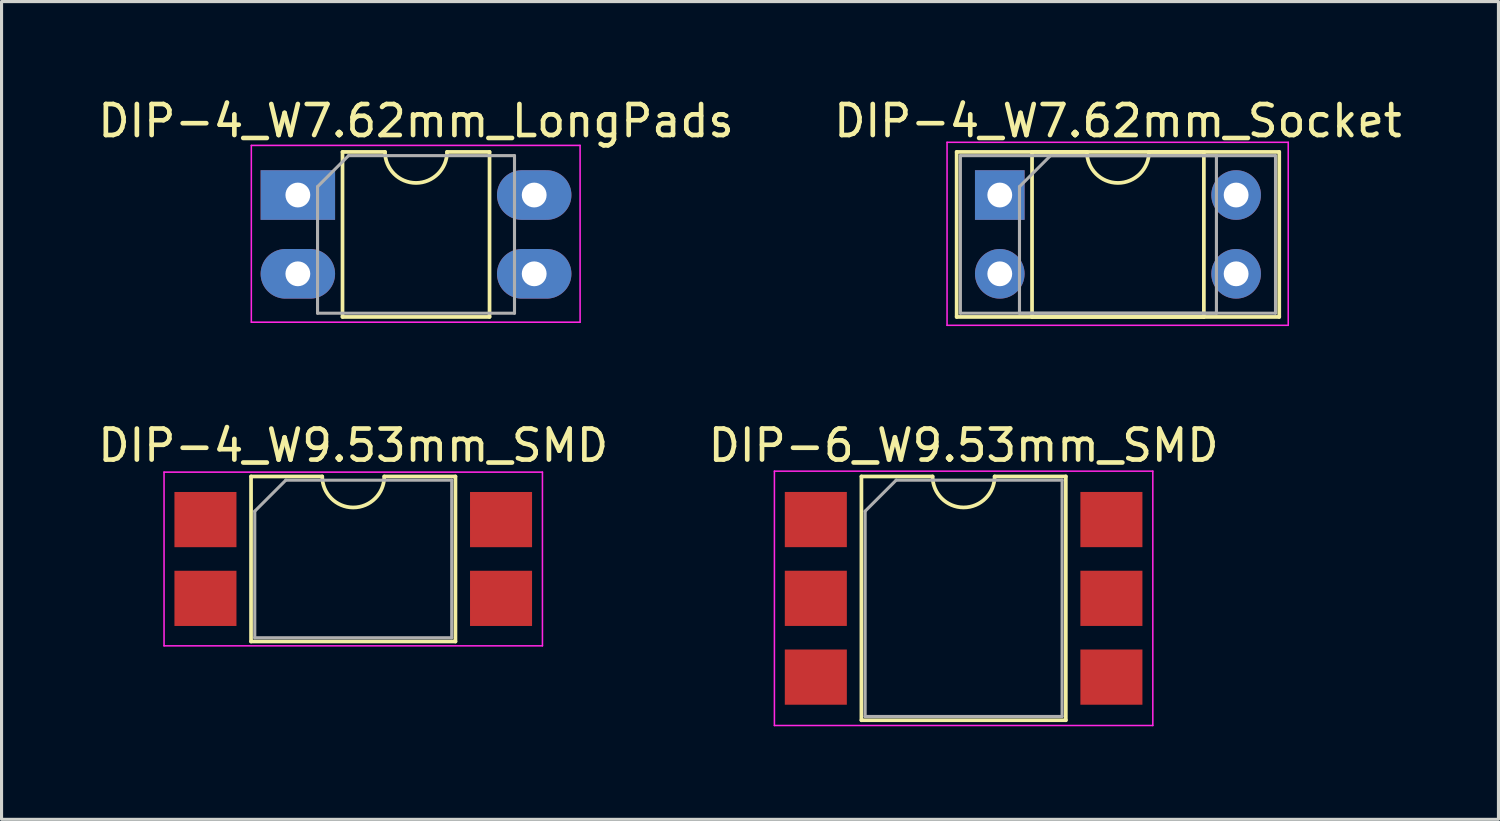
<source format=kicad_pcb>
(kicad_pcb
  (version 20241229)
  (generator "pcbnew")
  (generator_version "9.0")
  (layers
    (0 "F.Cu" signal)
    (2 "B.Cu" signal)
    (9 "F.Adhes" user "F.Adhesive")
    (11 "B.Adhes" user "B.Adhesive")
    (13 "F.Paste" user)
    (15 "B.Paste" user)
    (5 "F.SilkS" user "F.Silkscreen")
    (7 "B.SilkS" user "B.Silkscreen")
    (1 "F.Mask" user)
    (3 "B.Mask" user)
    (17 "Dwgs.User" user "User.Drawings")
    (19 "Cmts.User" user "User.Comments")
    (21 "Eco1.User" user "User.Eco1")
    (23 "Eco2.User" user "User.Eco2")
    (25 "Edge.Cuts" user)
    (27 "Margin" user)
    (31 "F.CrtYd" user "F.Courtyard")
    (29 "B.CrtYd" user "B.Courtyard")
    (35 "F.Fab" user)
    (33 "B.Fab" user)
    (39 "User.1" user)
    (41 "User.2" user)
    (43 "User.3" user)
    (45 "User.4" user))
  (footprint "DIP-4_W7.62mm_Socket"
    (layer "F.Cu")
    (at 29.184 3.238)
    (property "Reference" "DIP-4_W7.62mm_Socket" (at 3.81 -2.39 0) (layer "F.SilkS") (effects (font (size 1 1) (thickness 0.15))))
    (attr through_hole)
    (fp_line (start -1.39 -1.39) (end -1.39 3.93) (stroke (width 0.12) (type solid)) (layer "F.SilkS"))
    (fp_line (start -1.39 3.93) (end 9.01 3.93) (stroke (width 0.12) (type solid)) (layer "F.SilkS"))
    (fp_line (start 1.04 -1.39) (end 1.04 3.93) (stroke (width 0.12) (type solid)) (layer "F.SilkS"))
    (fp_line (start 1.04 3.93) (end 6.58 3.93) (stroke (width 0.12) (type solid)) (layer "F.SilkS"))
    (fp_line (start 2.81 -1.39) (end 1.04 -1.39) (stroke (width 0.12) (type solid)) (layer "F.SilkS"))
    (fp_line (start 6.58 -1.39) (end 4.81 -1.39) (stroke (width 0.12) (type solid)) (layer "F.SilkS"))
    (fp_line (start 6.58 3.93) (end 6.58 -1.39) (stroke (width 0.12) (type solid)) (layer "F.SilkS"))
    (fp_line (start 9.01 -1.39) (end -1.39 -1.39) (stroke (width 0.12) (type solid)) (layer "F.SilkS"))
    (fp_line (start 9.01 3.93) (end 9.01 -1.39) (stroke (width 0.12) (type solid)) (layer "F.SilkS"))
    (fp_arc (start 4.81 -1.39) (mid 3.81 -0.39) (end 2.81 -1.39) (stroke (width 0.12) (type solid)) (layer "F.SilkS"))
    (fp_line (start -1.7 -1.7) (end -1.7 4.2) (stroke (width 0.05) (type solid)) (layer "F.CrtYd"))
    (fp_line (start -1.7 4.2) (end 9.3 4.2) (stroke (width 0.05) (type solid)) (layer "F.CrtYd"))
    (fp_line (start 9.3 -1.7) (end -1.7 -1.7) (stroke (width 0.05) (type solid)) (layer "F.CrtYd"))
    (fp_line (start 9.3 4.2) (end 9.3 -1.7) (stroke (width 0.05) (type solid)) (layer "F.CrtYd"))
    (fp_line (start -1.27 -1.27) (end -1.27 3.81) (stroke (width 0.1) (type solid)) (layer "F.Fab"))
    (fp_line (start -1.27 3.81) (end 8.89 3.81) (stroke (width 0.1) (type solid)) (layer "F.Fab"))
    (fp_line (start 0.635 -0.27) (end 1.635 -1.27) (stroke (width 0.1) (type solid)) (layer "F.Fab"))
    (fp_line (start 0.635 3.81) (end 0.635 -0.27) (stroke (width 0.1) (type solid)) (layer "F.Fab"))
    (fp_line (start 1.635 -1.27) (end 6.985 -1.27) (stroke (width 0.1) (type solid)) (layer "F.Fab"))
    (fp_line (start 6.985 -1.27) (end 6.985 3.81) (stroke (width 0.1) (type solid)) (layer "F.Fab"))
    (fp_line (start 6.985 3.81) (end 0.635 3.81) (stroke (width 0.1) (type solid)) (layer "F.Fab"))
    (fp_line (start 8.89 -1.27) (end -1.27 -1.27) (stroke (width 0.1) (type solid)) (layer "F.Fab"))
    (fp_line (start 8.89 3.81) (end 8.89 -1.27) (stroke (width 0.1) (type solid)) (layer "F.Fab"))
    (pad "1" thru_hole rect (at 0 0) (size 1.6 1.6) (drill 0.8) (layers "*.Cu" "*.Mask"))
    (pad "2" thru_hole oval (at 0 2.54) (size 1.6 1.6) (drill 0.8) (layers "*.Cu" "*.Mask"))
    (pad "3" thru_hole oval (at 7.62 2.54) (size 1.6 1.6) (drill 0.8) (layers "*.Cu" "*.Mask"))
    (pad "4" thru_hole oval (at 7.62 0) (size 1.6 1.6) (drill 0.8) (layers "*.Cu" "*.Mask")))
  (footprint "DIP-4_W7.62mm_LongPads"
    (layer "F.Cu")
    (at 6.553 3.238)
    (property "Reference" "DIP-4_W7.62mm_LongPads" (at 3.81 -2.39 0) (layer "F.SilkS") (effects (font (size 1 1) (thickness 0.15))))
    (attr through_hole)
    (fp_line (start 1.44 -1.39) (end 1.44 3.93) (stroke (width 0.12) (type solid)) (layer "F.SilkS"))
    (fp_line (start 1.44 3.93) (end 6.18 3.93) (stroke (width 0.12) (type solid)) (layer "F.SilkS"))
    (fp_line (start 2.81 -1.39) (end 1.44 -1.39) (stroke (width 0.12) (type solid)) (layer "F.SilkS"))
    (fp_line (start 6.18 -1.39) (end 4.81 -1.39) (stroke (width 0.12) (type solid)) (layer "F.SilkS"))
    (fp_line (start 6.18 3.93) (end 6.18 -1.39) (stroke (width 0.12) (type solid)) (layer "F.SilkS"))
    (fp_arc (start 4.81 -1.39) (mid 3.81 -0.39) (end 2.81 -1.39) (stroke (width 0.12) (type solid)) (layer "F.SilkS"))
    (fp_line (start -1.5 -1.6) (end -1.5 4.1) (stroke (width 0.05) (type solid)) (layer "F.CrtYd"))
    (fp_line (start -1.5 4.1) (end 9.1 4.1) (stroke (width 0.05) (type solid)) (layer "F.CrtYd"))
    (fp_line (start 9.1 -1.6) (end -1.5 -1.6) (stroke (width 0.05) (type solid)) (layer "F.CrtYd"))
    (fp_line (start 9.1 4.1) (end 9.1 -1.6) (stroke (width 0.05) (type solid)) (layer "F.CrtYd"))
    (fp_line (start 0.635 -0.27) (end 1.635 -1.27) (stroke (width 0.1) (type solid)) (layer "F.Fab"))
    (fp_line (start 0.635 3.81) (end 0.635 -0.27) (stroke (width 0.1) (type solid)) (layer "F.Fab"))
    (fp_line (start 1.635 -1.27) (end 6.985 -1.27) (stroke (width 0.1) (type solid)) (layer "F.Fab"))
    (fp_line (start 6.985 -1.27) (end 6.985 3.81) (stroke (width 0.1) (type solid)) (layer "F.Fab"))
    (fp_line (start 6.985 3.81) (end 0.635 3.81) (stroke (width 0.1) (type solid)) (layer "F.Fab"))
    (pad "1" thru_hole rect (at 0 0) (size 2.4 1.6) (drill 0.8) (layers "*.Cu" "*.Mask"))
    (pad "2" thru_hole oval (at 0 2.54) (size 2.4 1.6) (drill 0.8) (layers "*.Cu" "*.Mask"))
    (pad "3" thru_hole oval (at 7.62 2.54) (size 2.4 1.6) (drill 0.8) (layers "*.Cu" "*.Mask"))
    (pad "4" thru_hole oval (at 7.62 0) (size 2.4 1.6) (drill 0.8) (layers "*.Cu" "*.Mask")))
  (footprint "DIP-6_W9.53mm_SMD"
    (layer "F.Cu")
    (at 28.018 16.241)
    (property "Reference" "DIP-6_W9.53mm_SMD" (at 0 -4.93 0) (layer "F.SilkS") (effects (font (size 1 1) (thickness 0.15))))
    (attr smd)
    (fp_line (start -3.295 -3.93) (end -3.295 3.93) (stroke (width 0.12) (type solid)) (layer "F.SilkS"))
    (fp_line (start -3.295 3.93) (end 3.295 3.93) (stroke (width 0.12) (type solid)) (layer "F.SilkS"))
    (fp_line (start -1 -3.93) (end -3.295 -3.93) (stroke (width 0.12) (type solid)) (layer "F.SilkS"))
    (fp_line (start 3.295 -3.93) (end 1 -3.93) (stroke (width 0.12) (type solid)) (layer "F.SilkS"))
    (fp_line (start 3.295 3.93) (end 3.295 -3.93) (stroke (width 0.12) (type solid)) (layer "F.SilkS"))
    (fp_arc (start 1 -3.93) (mid 0 -2.93) (end -1 -3.93) (stroke (width 0.12) (type solid)) (layer "F.SilkS"))
    (fp_line (start -6.1 -4.1) (end -6.1 4.1) (stroke (width 0.05) (type solid)) (layer "F.CrtYd"))
    (fp_line (start -6.1 4.1) (end 6.1 4.1) (stroke (width 0.05) (type solid)) (layer "F.CrtYd"))
    (fp_line (start 6.1 -4.1) (end -6.1 -4.1) (stroke (width 0.05) (type solid)) (layer "F.CrtYd"))
    (fp_line (start 6.1 4.1) (end 6.1 -4.1) (stroke (width 0.05) (type solid)) (layer "F.CrtYd"))
    (fp_line (start -3.175 -2.81) (end -2.175 -3.81) (stroke (width 0.1) (type solid)) (layer "F.Fab"))
    (fp_line (start -3.175 3.81) (end -3.175 -2.81) (stroke (width 0.1) (type solid)) (layer "F.Fab"))
    (fp_line (start -2.175 -3.81) (end 3.175 -3.81) (stroke (width 0.1) (type solid)) (layer "F.Fab"))
    (fp_line (start 3.175 -3.81) (end 3.175 3.81) (stroke (width 0.1) (type solid)) (layer "F.Fab"))
    (fp_line (start 3.175 3.81) (end -3.175 3.81) (stroke (width 0.1) (type solid)) (layer "F.Fab"))
    (pad "1" smd rect (at -4.765 -2.54) (size 2 1.78) (layers "F.Cu" "F.Mask"))
    (pad "2" smd rect (at -4.765 0) (size 2 1.78) (layers "F.Cu" "F.Mask"))
    (pad "3" smd rect (at -4.765 2.54) (size 2 1.78) (layers "F.Cu" "F.Mask"))
    (pad "4" smd rect (at 4.765 2.54) (size 2 1.78) (layers "F.Cu" "F.Mask"))
    (pad "5" smd rect (at 4.765 0) (size 2 1.78) (layers "F.Cu" "F.Mask"))
    (pad "6" smd rect (at 4.765 -2.54) (size 2 1.78) (layers "F.Cu" "F.Mask")))
  (footprint "DIP-4_W9.53mm_SMD"
    (layer "F.Cu")
    (at 8.339 14.972)
    (property "Reference" "DIP-4_W9.53mm_SMD" (at 0 -3.66 0) (layer "F.SilkS") (effects (font (size 1 1) (thickness 0.15))))
    (attr smd)
    (fp_line (start -3.295 -2.66) (end -3.295 2.66) (stroke (width 0.12) (type solid)) (layer "F.SilkS"))
    (fp_line (start -3.295 2.66) (end 3.295 2.66) (stroke (width 0.12) (type solid)) (layer "F.SilkS"))
    (fp_line (start -1 -2.66) (end -3.295 -2.66) (stroke (width 0.12) (type solid)) (layer "F.SilkS"))
    (fp_line (start 3.295 -2.66) (end 1 -2.66) (stroke (width 0.12) (type solid)) (layer "F.SilkS"))
    (fp_line (start 3.295 2.66) (end 3.295 -2.66) (stroke (width 0.12) (type solid)) (layer "F.SilkS"))
    (fp_arc (start 1 -2.66) (mid 0 -1.66) (end -1 -2.66) (stroke (width 0.12) (type solid)) (layer "F.SilkS"))
    (fp_line (start -6.1 -2.8) (end -6.1 2.8) (stroke (width 0.05) (type solid)) (layer "F.CrtYd"))
    (fp_line (start -6.1 2.8) (end 6.1 2.8) (stroke (width 0.05) (type solid)) (layer "F.CrtYd"))
    (fp_line (start 6.1 -2.8) (end -6.1 -2.8) (stroke (width 0.05) (type solid)) (layer "F.CrtYd"))
    (fp_line (start 6.1 2.8) (end 6.1 -2.8) (stroke (width 0.05) (type solid)) (layer "F.CrtYd"))
    (fp_line (start -3.175 -1.54) (end -2.175 -2.54) (stroke (width 0.1) (type solid)) (layer "F.Fab"))
    (fp_line (start -3.175 2.54) (end -3.175 -1.54) (stroke (width 0.1) (type solid)) (layer "F.Fab"))
    (fp_line (start -2.175 -2.54) (end 3.175 -2.54) (stroke (width 0.1) (type solid)) (layer "F.Fab"))
    (fp_line (start 3.175 -2.54) (end 3.175 2.54) (stroke (width 0.1) (type solid)) (layer "F.Fab"))
    (fp_line (start 3.175 2.54) (end -3.175 2.54) (stroke (width 0.1) (type solid)) (layer "F.Fab"))
    (pad "1" smd rect (at -4.765 -1.27) (size 2 1.78) (layers "F.Cu" "F.Mask"))
    (pad "2" smd rect (at -4.765 1.27) (size 2 1.78) (layers "F.Cu" "F.Mask"))
    (pad "3" smd rect (at 4.765 1.27) (size 2 1.78) (layers "F.Cu" "F.Mask"))
    (pad "4" smd rect (at 4.765 -1.27) (size 2 1.78) (layers "F.Cu" "F.Mask")))
  (gr_rect
    (start -3 -3)
    (end 45.262 23.366)
    (stroke (width 0.1) (type default))
    (fill no)
    (layer "Edge.Cuts")))
</source>
